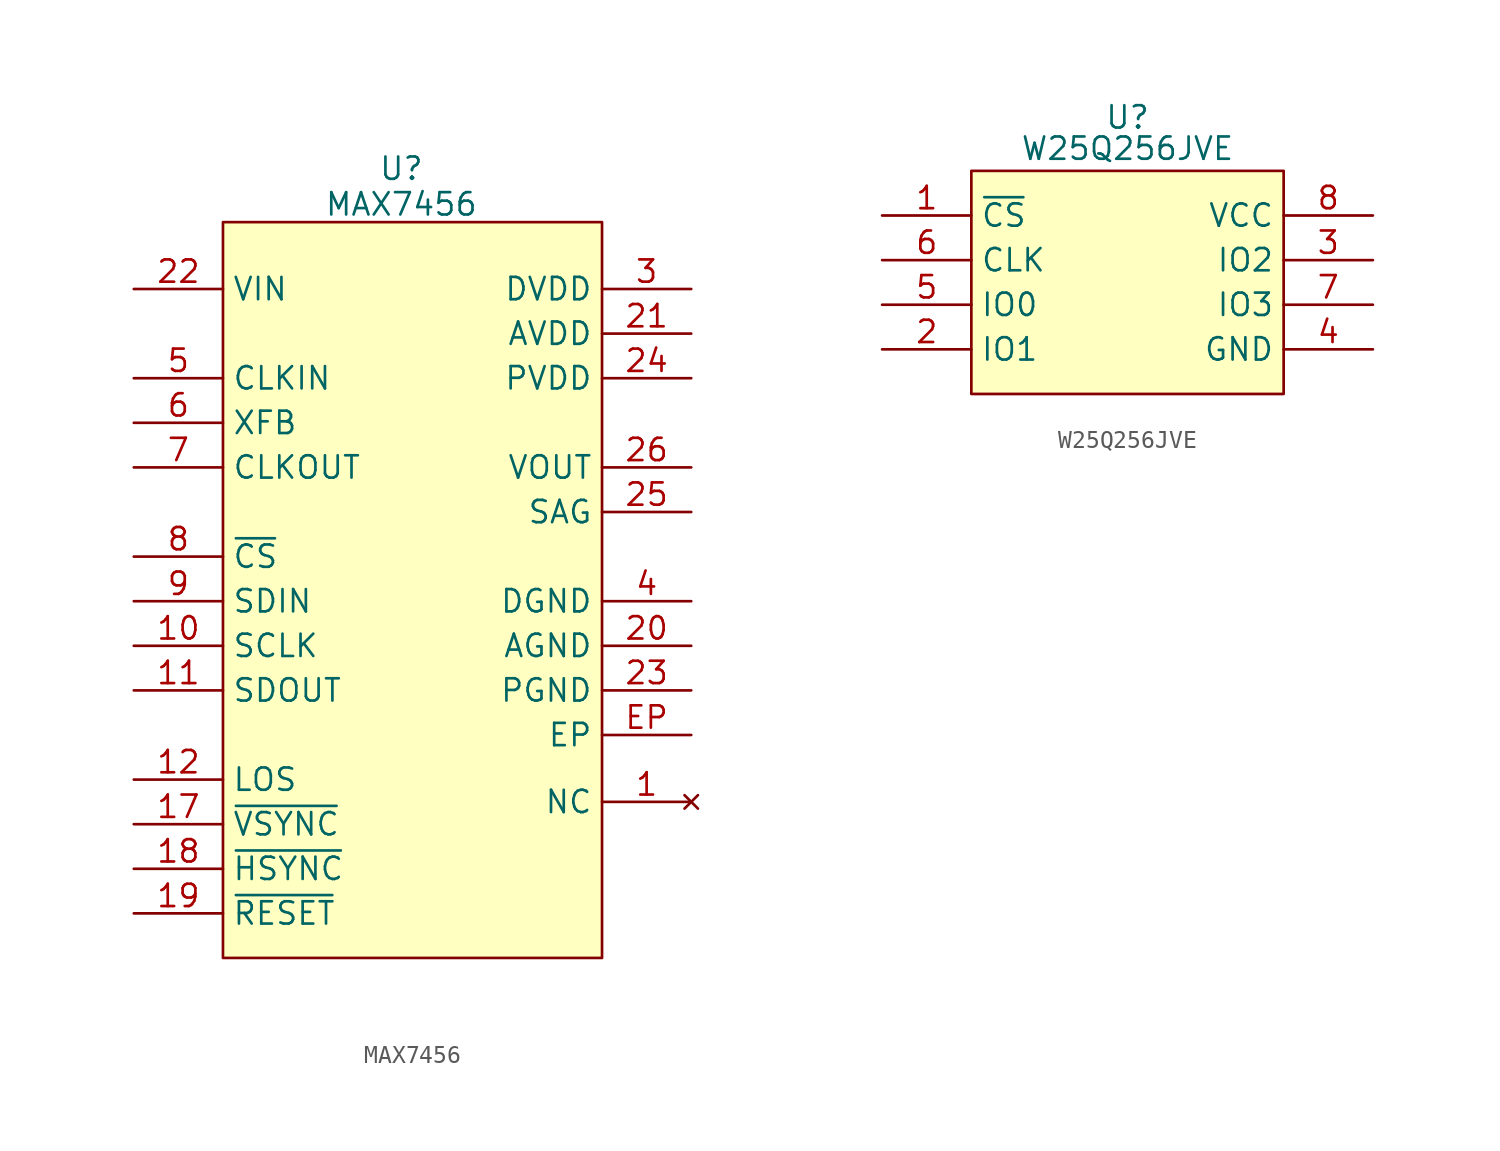
<source format=kicad_sym>
(kicad_symbol_lib
  (version 20231120)
  (generator "kicad_symbol_editor")
  (generator_version "8.0")
  (symbol "MAX7456"
    (property "Reference" "U"
      (at 0 3.048 0)
      (effects (font (size 1.27 1.27))))
    (property "Value" "MAX7456"
      (at 0 1.016 0)
      (effects (font (size 1.27 1.27))))
    (symbol "MAX7456_1_1"
      (rectangle (start -10.16 0) (end 11.43 -41.91) (stroke (width 0) (type default)) (fill (type background)))
      (pin no_connect line (at 16.51 -33.02 180) (length 5.08) (name "NC" (effects (font (size 1.27 1.27)))) (number "1" (effects (font (size 1.27 1.27)))))
      (pin input line (at -15.24 -24.13 0) (length 5.08) (name "SCLK" (effects (font (size 1.27 1.27)))) (number "10" (effects (font (size 1.27 1.27)))))
      (pin output line (at -15.24 -26.67 0) (length 5.08) (name "SDOUT" (effects (font (size 1.27 1.27)))) (number "11" (effects (font (size 1.27 1.27)))))
      (pin passive line (at -15.24 -31.75 0) (length 5.08) (name "LOS" (effects (font (size 1.27 1.27)))) (number "12" (effects (font (size 1.27 1.27)))))
      (pin no_connect line (at 16.51 -33.02 180) (length 5.08) hide (name "NC" (effects (font (size 1.27 1.27)))) (number "13" (effects (font (size 1.27 1.27)))))
      (pin no_connect line (at 16.51 -33.02 180) (length 5.08) hide (name "NC" (effects (font (size 1.27 1.27)))) (number "14" (effects (font (size 1.27 1.27)))))
      (pin no_connect line (at 16.51 -33.02 180) (length 5.08) hide (name "NC" (effects (font (size 1.27 1.27)))) (number "15" (effects (font (size 1.27 1.27)))))
      (pin no_connect line (at 16.51 -33.02 180) (length 5.08) hide (name "NC" (effects (font (size 1.27 1.27)))) (number "16" (effects (font (size 1.27 1.27)))))
      (pin output line (at -15.24 -34.29 0) (length 5.08) (name "~{VSYNC}" (effects (font (size 1.27 1.27)))) (number "17" (effects (font (size 1.27 1.27)))))
      (pin output line (at -15.24 -36.83 0) (length 5.08) (name "~{HSYNC}" (effects (font (size 1.27 1.27)))) (number "18" (effects (font (size 1.27 1.27)))))
      (pin input line (at -15.24 -39.37 0) (length 5.08) (name "~{RESET}" (effects (font (size 1.27 1.27)))) (number "19" (effects (font (size 1.27 1.27)))))
      (pin no_connect line (at 16.51 -33.02 180) (length 5.08) hide (name "NC" (effects (font (size 1.27 1.27)))) (number "2" (effects (font (size 1.27 1.27)))))
      (pin power_in line (at 16.51 -24.13 180) (length 5.08) (name "AGND" (effects (font (size 1.27 1.27)))) (number "20" (effects (font (size 1.27 1.27)))))
      (pin power_in line (at 16.51 -6.35 180) (length 5.08) (name "AVDD" (effects (font (size 1.27 1.27)))) (number "21" (effects (font (size 1.27 1.27)))))
      (pin input line (at -15.24 -3.81 0) (length 5.08) (name "VIN" (effects (font (size 1.27 1.27)))) (number "22" (effects (font (size 1.27 1.27)))))
      (pin power_in line (at 16.51 -26.67 180) (length 5.08) (name "PGND" (effects (font (size 1.27 1.27)))) (number "23" (effects (font (size 1.27 1.27)))))
      (pin power_in line (at 16.51 -8.89 180) (length 5.08) (name "PVDD" (effects (font (size 1.27 1.27)))) (number "24" (effects (font (size 1.27 1.27)))))
      (pin input line (at 16.51 -16.51 180) (length 5.08) (name "SAG" (effects (font (size 1.27 1.27)))) (number "25" (effects (font (size 1.27 1.27)))))
      (pin output line (at 16.51 -13.97 180) (length 5.08) (name "VOUT" (effects (font (size 1.27 1.27)))) (number "26" (effects (font (size 1.27 1.27)))))
      (pin no_connect line (at 16.51 -33.02 180) (length 5.08) hide (name "NC" (effects (font (size 1.27 1.27)))) (number "27" (effects (font (size 1.27 1.27)))))
      (pin no_connect line (at 16.51 -33.02 180) (length 5.08) hide (name "NC" (effects (font (size 1.27 1.27)))) (number "28" (effects (font (size 1.27 1.27)))))
      (pin power_in line (at 16.51 -3.81 180) (length 5.08) (name "DVDD" (effects (font (size 1.27 1.27)))) (number "3" (effects (font (size 1.27 1.27)))))
      (pin power_in line (at 16.51 -21.59 180) (length 5.08) (name "DGND" (effects (font (size 1.27 1.27)))) (number "4" (effects (font (size 1.27 1.27)))))
      (pin passive line (at -15.24 -8.89 0) (length 5.08) (name "CLKIN" (effects (font (size 1.27 1.27)))) (number "5" (effects (font (size 1.27 1.27)))))
      (pin passive line (at -15.24 -11.43 0) (length 5.08) (name "XFB" (effects (font (size 1.27 1.27)))) (number "6" (effects (font (size 1.27 1.27)))))
      (pin passive line (at -15.24 -13.97 0) (length 5.08) (name "CLKOUT" (effects (font (size 1.27 1.27)))) (number "7" (effects (font (size 1.27 1.27)))))
      (pin input line (at -15.24 -19.05 0) (length 5.08) (name "~{CS}" (effects (font (size 1.27 1.27)))) (number "8" (effects (font (size 1.27 1.27)))))
      (pin input line (at -15.24 -21.59 0) (length 5.08) (name "SDIN" (effects (font (size 1.27 1.27)))) (number "9" (effects (font (size 1.27 1.27)))))
      (pin power_in line (at 16.51 -29.21 180) (length 5.08) (name "EP" (effects (font (size 1.27 1.27)))) (number "EP" (effects (font (size 1.27 1.27)))))))
  (symbol "W25Q256JVE"
    (property "Reference" "U"
      (at 0 0.508 0)
      (effects (font (size 1.27 1.27))))
    (property "Value" "W25Q256JVE"
      (at 0 -1.27 0)
      (effects (font (size 1.27 1.27))))
    (symbol "W25Q256JVE_1_1"
      (rectangle (start -8.89 -2.54) (end 8.89 -15.24) (stroke (width 0) (type default)) (fill (type background)))
      (pin input line (at -13.97 -5.08 0) (length 5.08) (name "~{CS}" (effects (font (size 1.27 1.27)))) (number "1" (effects (font (size 1.27 1.27)))))
      (pin unspecified line (at -13.97 -12.7 0) (length 5.08) (name "IO1" (effects (font (size 1.27 1.27)))) (number "2" (effects (font (size 1.27 1.27)))))
      (pin unspecified line (at 13.97 -7.62 180) (length 5.08) (name "IO2" (effects (font (size 1.27 1.27)))) (number "3" (effects (font (size 1.27 1.27)))))
      (pin power_in line (at 13.97 -12.7 180) (length 5.08) (name "GND" (effects (font (size 1.27 1.27)))) (number "4" (effects (font (size 1.27 1.27)))))
      (pin unspecified line (at -13.97 -10.16 0) (length 5.08) (name "IO0" (effects (font (size 1.27 1.27)))) (number "5" (effects (font (size 1.27 1.27)))))
      (pin input line (at -13.97 -7.62 0) (length 5.08) (name "CLK" (effects (font (size 1.27 1.27)))) (number "6" (effects (font (size 1.27 1.27)))))
      (pin unspecified line (at 13.97 -10.16 180) (length 5.08) (name "IO3" (effects (font (size 1.27 1.27)))) (number "7" (effects (font (size 1.27 1.27)))))
      (pin power_in line (at 13.97 -5.08 180) (length 5.08) (name "VCC" (effects (font (size 1.27 1.27)))) (number "8" (effects (font (size 1.27 1.27))))))))
</source>
